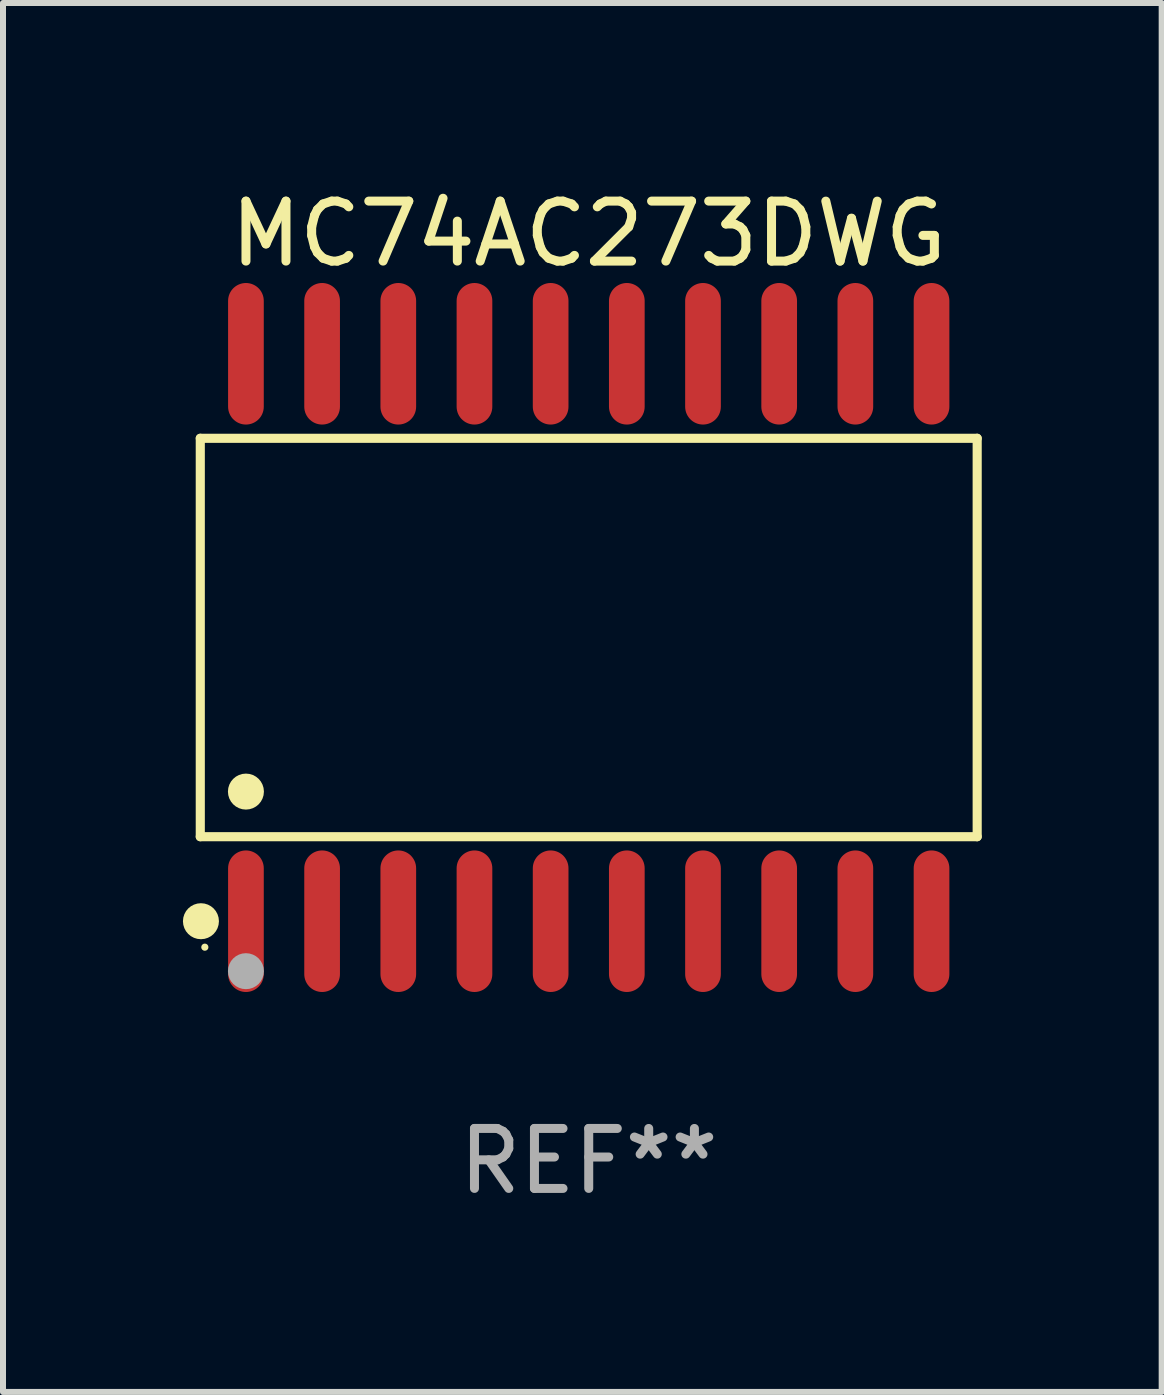
<source format=kicad_pcb>
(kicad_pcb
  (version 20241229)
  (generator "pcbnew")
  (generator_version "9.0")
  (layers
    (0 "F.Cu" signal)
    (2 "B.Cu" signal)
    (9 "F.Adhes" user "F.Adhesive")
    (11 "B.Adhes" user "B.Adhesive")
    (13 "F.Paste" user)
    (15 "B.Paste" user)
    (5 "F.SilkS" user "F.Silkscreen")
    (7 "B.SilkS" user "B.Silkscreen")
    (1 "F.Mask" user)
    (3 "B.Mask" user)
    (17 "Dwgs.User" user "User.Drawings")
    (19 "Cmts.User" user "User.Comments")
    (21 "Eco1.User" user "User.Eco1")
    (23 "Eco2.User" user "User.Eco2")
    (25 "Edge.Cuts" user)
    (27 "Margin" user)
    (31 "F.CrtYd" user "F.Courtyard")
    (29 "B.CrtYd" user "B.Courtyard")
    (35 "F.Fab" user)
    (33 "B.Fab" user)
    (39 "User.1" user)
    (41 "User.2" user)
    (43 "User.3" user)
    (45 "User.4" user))
  (footprint "MC74AC273DWG"
    (layer "F.Cu")
    (at 6.765 7.578)
    (property "Reference" "MC74AC273DWG" (at 0 -6.73 0) (layer "F.SilkS") (effects (font (size 1 1) (thickness 0.15))))
    (attr through_hole)
    (fp_line (start -6.476 -3.321) (end 6.476 -3.321) (stroke (width 0.152) (type solid)) (layer "F.SilkS"))
    (fp_line (start -6.476 3.321) (end -6.476 -3.321) (stroke (width 0.152) (type solid)) (layer "F.SilkS"))
    (fp_line (start 6.476 -3.321) (end 6.476 3.321) (stroke (width 0.152) (type solid)) (layer "F.SilkS"))
    (fp_line (start 6.476 3.321) (end -6.476 3.321) (stroke (width 0.152) (type solid)) (layer "F.SilkS"))
    (fp_circle (center -6.465 4.73) (end -6.315 4.73) (stroke (width 0.3) (type solid)) (fill no) (layer "F.SilkS"))
    (fp_circle (center -6.4 5.163) (end -6.37 5.163) (stroke (width 0.06) (type solid)) (fill no) (layer "F.SilkS"))
    (fp_circle (center -5.715 2.569) (end -5.565 2.569) (stroke (width 0.3) (type solid)) (fill no) (layer "F.SilkS"))
    (fp_circle (center -5.715 5.563) (end -5.565 5.563) (stroke (width 0.3) (type solid)) (fill no) (layer "F.Fab"))
    (fp_text user "REF**" (at 0 8.73 0) (layer "F.Fab") (effects (font (size 1 1) (thickness 0.15))))
    (pad "1" smd oval (at -5.715 4.73) (size 0.595 2.36) (layers "F.Cu" "F.Mask" "F.Paste"))
    (pad "2" smd oval (at -4.445 4.73) (size 0.595 2.36) (layers "F.Cu" "F.Mask" "F.Paste"))
    (pad "3" smd oval (at -3.175 4.73) (size 0.595 2.36) (layers "F.Cu" "F.Mask" "F.Paste"))
    (pad "4" smd oval (at -1.905 4.73) (size 0.595 2.36) (layers "F.Cu" "F.Mask" "F.Paste"))
    (pad "5" smd oval (at -0.635 4.73) (size 0.595 2.36) (layers "F.Cu" "F.Mask" "F.Paste"))
    (pad "6" smd oval (at 0.635 4.73) (size 0.595 2.36) (layers "F.Cu" "F.Mask" "F.Paste"))
    (pad "7" smd oval (at 1.905 4.73) (size 0.595 2.36) (layers "F.Cu" "F.Mask" "F.Paste"))
    (pad "8" smd oval (at 3.175 4.73) (size 0.595 2.36) (layers "F.Cu" "F.Mask" "F.Paste"))
    (pad "9" smd oval (at 4.445 4.73) (size 0.595 2.36) (layers "F.Cu" "F.Mask" "F.Paste"))
    (pad "10" smd oval (at 5.715 4.73) (size 0.595 2.36) (layers "F.Cu" "F.Mask" "F.Paste"))
    (pad "11" smd oval (at 5.715 -4.73) (size 0.595 2.36) (layers "F.Cu" "F.Mask" "F.Paste"))
    (pad "12" smd oval (at 4.445 -4.73) (size 0.595 2.36) (layers "F.Cu" "F.Mask" "F.Paste"))
    (pad "13" smd oval (at 3.175 -4.73) (size 0.595 2.36) (layers "F.Cu" "F.Mask" "F.Paste"))
    (pad "14" smd oval (at 1.905 -4.73) (size 0.595 2.36) (layers "F.Cu" "F.Mask" "F.Paste"))
    (pad "15" smd oval (at 0.635 -4.73) (size 0.595 2.36) (layers "F.Cu" "F.Mask" "F.Paste"))
    (pad "16" smd oval (at -0.635 -4.73) (size 0.595 2.36) (layers "F.Cu" "F.Mask" "F.Paste"))
    (pad "17" smd oval (at -1.905 -4.73) (size 0.595 2.36) (layers "F.Cu" "F.Mask" "F.Paste"))
    (pad "18" smd oval (at -3.175 -4.73) (size 0.595 2.36) (layers "F.Cu" "F.Mask" "F.Paste"))
    (pad "19" smd oval (at -4.445 -4.73) (size 0.595 2.36) (layers "F.Cu" "F.Mask" "F.Paste"))
    (pad "20" smd oval (at -5.715 -4.73) (size 0.595 2.36) (layers "F.Cu" "F.Mask" "F.Paste")))
  (gr_rect
    (start -3 -3)
    (end 16.317 20.156)
    (stroke (width 0.1) (type default))
    (fill no)
    (layer "Edge.Cuts")))
</source>
